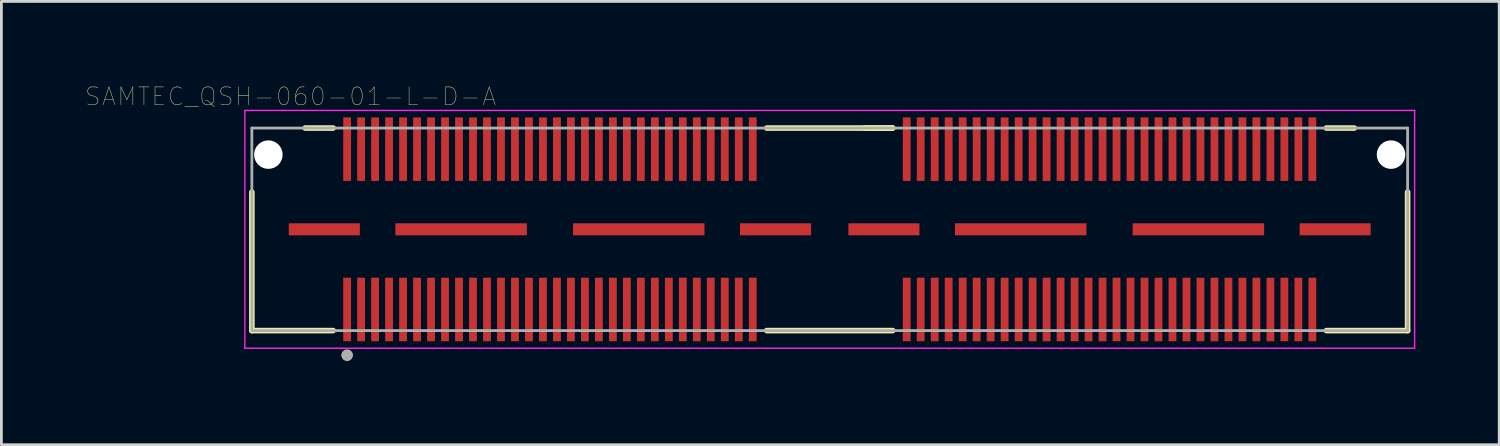
<source format=kicad_pcb>
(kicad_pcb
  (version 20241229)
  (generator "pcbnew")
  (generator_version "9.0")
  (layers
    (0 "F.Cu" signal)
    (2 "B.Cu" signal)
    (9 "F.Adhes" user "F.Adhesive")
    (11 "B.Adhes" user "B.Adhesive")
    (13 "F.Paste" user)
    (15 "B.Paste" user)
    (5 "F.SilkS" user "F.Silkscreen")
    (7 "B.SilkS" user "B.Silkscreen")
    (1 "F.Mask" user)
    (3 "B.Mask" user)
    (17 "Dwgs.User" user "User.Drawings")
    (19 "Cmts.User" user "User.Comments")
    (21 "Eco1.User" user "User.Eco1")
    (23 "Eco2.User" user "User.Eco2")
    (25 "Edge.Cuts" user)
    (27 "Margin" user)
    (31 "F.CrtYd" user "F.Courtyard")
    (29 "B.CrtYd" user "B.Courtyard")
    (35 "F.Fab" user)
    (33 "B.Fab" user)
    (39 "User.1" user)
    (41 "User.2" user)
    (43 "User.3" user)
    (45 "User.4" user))
  (footprint "SAMTEC_QSH-060-01-L-D-A"
    (layer "F.Cu")
    (at 26.61 5.147)
    (property "Reference" "SAMTEC_QSH-060-01-L-D-A" (at -19.273 -4.746 0) (layer "F.SilkS") (effects (font (size 0.64 0.64) (thickness 0.015))))
    (attr through_hole)
    (fp_line (start -20.657 -1.33) (end -20.657 3.62) (stroke (width 0.2) (type solid)) (layer "F.SilkS"))
    (fp_line (start -20.657 3.62) (end -17.752 3.62) (stroke (width 0.2) (type solid)) (layer "F.SilkS"))
    (fp_line (start -17.752 -3.62) (end -18.752 -3.62) (stroke (width 0.2) (type solid)) (layer "F.SilkS"))
    (fp_line (start -2.252 3.62) (end 2.252 3.62) (stroke (width 0.2) (type solid)) (layer "F.SilkS"))
    (fp_line (start 2.252 -3.62) (end -2.252 -3.62) (stroke (width 0.2) (type solid)) (layer "F.SilkS"))
    (fp_line (start 2.252 -3.62) (end 1.252 -3.62) (stroke (width 0.2) (type solid)) (layer "F.SilkS"))
    (fp_line (start 17.752 3.62) (end 20.657 3.62) (stroke (width 0.2) (type solid)) (layer "F.SilkS"))
    (fp_line (start 18.752 -3.62) (end 17.752 -3.62) (stroke (width 0.2) (type solid)) (layer "F.SilkS"))
    (fp_line (start 20.657 3.62) (end 20.657 -1.33) (stroke (width 0.2) (type solid)) (layer "F.SilkS"))
    (fp_circle (center -17.252 4.5) (end -17.151 4.5) (stroke (width 0.2) (type solid)) (fill no) (layer "F.SilkS"))
    (fp_line (start -20.907 -4.25) (end 20.907 -4.25) (stroke (width 0.05) (type solid)) (layer "F.CrtYd"))
    (fp_line (start -20.907 4.25) (end -20.907 -4.25) (stroke (width 0.05) (type solid)) (layer "F.CrtYd"))
    (fp_line (start 20.907 -4.25) (end 20.907 4.25) (stroke (width 0.05) (type solid)) (layer "F.CrtYd"))
    (fp_line (start 20.907 4.25) (end -20.907 4.25) (stroke (width 0.05) (type solid)) (layer "F.CrtYd"))
    (fp_line (start -20.657 -3.62) (end -20.657 3.62) (stroke (width 0.1) (type solid)) (layer "F.Fab"))
    (fp_line (start -20.657 3.62) (end 20.657 3.62) (stroke (width 0.1) (type solid)) (layer "F.Fab"))
    (fp_line (start 20.657 -3.62) (end -20.657 -3.62) (stroke (width 0.1) (type solid)) (layer "F.Fab"))
    (fp_line (start 20.657 3.62) (end 20.657 -3.62) (stroke (width 0.1) (type solid)) (layer "F.Fab"))
    (fp_circle (center -17.252 4.5) (end -17.151 4.5) (stroke (width 0.2) (type solid)) (fill no) (layer "F.Fab"))
    (pad "" np_thru_hole circle (at -20.067 -2.67) (size 1.02 1.02) (drill 1.02) (layers "*.Cu" "*.Mask"))
    (pad "" np_thru_hole circle (at 20.064 -2.67) (size 1.02 1.02) (drill 1.02) (layers "*.Cu" "*.Mask"))
    (pad "1" smd rect (at -17.252 2.865) (size 0.279 2.27) (layers "F.Cu" "F.Mask" "F.Paste"))
    (pad "2" smd rect (at -17.252 -2.865) (size 0.279 2.27) (layers "F.Cu" "F.Mask" "F.Paste"))
    (pad "3" smd rect (at -16.752 2.865) (size 0.279 2.27) (layers "F.Cu" "F.Mask" "F.Paste"))
    (pad "4" smd rect (at -16.752 -2.865) (size 0.279 2.27) (layers "F.Cu" "F.Mask" "F.Paste"))
    (pad "5" smd rect (at -16.252 2.865) (size 0.279 2.27) (layers "F.Cu" "F.Mask" "F.Paste"))
    (pad "6" smd rect (at -16.252 -2.865) (size 0.279 2.27) (layers "F.Cu" "F.Mask" "F.Paste"))
    (pad "7" smd rect (at -15.752 2.865) (size 0.279 2.27) (layers "F.Cu" "F.Mask" "F.Paste"))
    (pad "8" smd rect (at -15.752 -2.865) (size 0.279 2.27) (layers "F.Cu" "F.Mask" "F.Paste"))
    (pad "9" smd rect (at -15.252 2.865) (size 0.279 2.27) (layers "F.Cu" "F.Mask" "F.Paste"))
    (pad "10" smd rect (at -15.252 -2.865) (size 0.279 2.27) (layers "F.Cu" "F.Mask" "F.Paste"))
    (pad "11" smd rect (at -14.752 2.865) (size 0.279 2.27) (layers "F.Cu" "F.Mask" "F.Paste"))
    (pad "12" smd rect (at -14.752 -2.865) (size 0.279 2.27) (layers "F.Cu" "F.Mask" "F.Paste"))
    (pad "13" smd rect (at -14.252 2.865) (size 0.279 2.27) (layers "F.Cu" "F.Mask" "F.Paste"))
    (pad "14" smd rect (at -14.252 -2.865) (size 0.279 2.27) (layers "F.Cu" "F.Mask" "F.Paste"))
    (pad "15" smd rect (at -13.752 2.865) (size 0.279 2.27) (layers "F.Cu" "F.Mask" "F.Paste"))
    (pad "16" smd rect (at -13.752 -2.865) (size 0.279 2.27) (layers "F.Cu" "F.Mask" "F.Paste"))
    (pad "17" smd rect (at -13.252 2.865) (size 0.279 2.27) (layers "F.Cu" "F.Mask" "F.Paste"))
    (pad "18" smd rect (at -13.252 -2.865) (size 0.279 2.27) (layers "F.Cu" "F.Mask" "F.Paste"))
    (pad "19" smd rect (at -12.752 2.865) (size 0.279 2.27) (layers "F.Cu" "F.Mask" "F.Paste"))
    (pad "20" smd rect (at -12.752 -2.865) (size 0.279 2.27) (layers "F.Cu" "F.Mask" "F.Paste"))
    (pad "21" smd rect (at -12.252 2.865) (size 0.279 2.27) (layers "F.Cu" "F.Mask" "F.Paste"))
    (pad "22" smd rect (at -12.252 -2.865) (size 0.279 2.27) (layers "F.Cu" "F.Mask" "F.Paste"))
    (pad "23" smd rect (at -11.752 2.865) (size 0.279 2.27) (layers "F.Cu" "F.Mask" "F.Paste"))
    (pad "24" smd rect (at -11.752 -2.865) (size 0.279 2.27) (layers "F.Cu" "F.Mask" "F.Paste"))
    (pad "25" smd rect (at -11.252 2.865) (size 0.279 2.27) (layers "F.Cu" "F.Mask" "F.Paste"))
    (pad "26" smd rect (at -11.252 -2.865) (size 0.279 2.27) (layers "F.Cu" "F.Mask" "F.Paste"))
    (pad "27" smd rect (at -10.752 2.865) (size 0.279 2.27) (layers "F.Cu" "F.Mask" "F.Paste"))
    (pad "28" smd rect (at -10.752 -2.865) (size 0.279 2.27) (layers "F.Cu" "F.Mask" "F.Paste"))
    (pad "29" smd rect (at -10.252 2.865) (size 0.279 2.27) (layers "F.Cu" "F.Mask" "F.Paste"))
    (pad "30" smd rect (at -10.252 -2.865) (size 0.279 2.27) (layers "F.Cu" "F.Mask" "F.Paste"))
    (pad "31" smd rect (at -9.752 2.865) (size 0.279 2.27) (layers "F.Cu" "F.Mask" "F.Paste"))
    (pad "32" smd rect (at -9.752 -2.865) (size 0.279 2.27) (layers "F.Cu" "F.Mask" "F.Paste"))
    (pad "33" smd rect (at -9.252 2.865) (size 0.279 2.27) (layers "F.Cu" "F.Mask" "F.Paste"))
    (pad "34" smd rect (at -9.252 -2.865) (size 0.279 2.27) (layers "F.Cu" "F.Mask" "F.Paste"))
    (pad "35" smd rect (at -8.752 2.865) (size 0.279 2.27) (layers "F.Cu" "F.Mask" "F.Paste"))
    (pad "36" smd rect (at -8.752 -2.865) (size 0.279 2.27) (layers "F.Cu" "F.Mask" "F.Paste"))
    (pad "37" smd rect (at -8.252 2.865) (size 0.279 2.27) (layers "F.Cu" "F.Mask" "F.Paste"))
    (pad "38" smd rect (at -8.252 -2.865) (size 0.279 2.27) (layers "F.Cu" "F.Mask" "F.Paste"))
    (pad "39" smd rect (at -7.752 2.865) (size 0.279 2.27) (layers "F.Cu" "F.Mask" "F.Paste"))
    (pad "40" smd rect (at -7.752 -2.865) (size 0.279 2.27) (layers "F.Cu" "F.Mask" "F.Paste"))
    (pad "41" smd rect (at -7.252 2.865) (size 0.279 2.27) (layers "F.Cu" "F.Mask" "F.Paste"))
    (pad "42" smd rect (at -7.252 -2.865) (size 0.279 2.27) (layers "F.Cu" "F.Mask" "F.Paste"))
    (pad "43" smd rect (at -6.752 2.865) (size 0.279 2.27) (layers "F.Cu" "F.Mask" "F.Paste"))
    (pad "44" smd rect (at -6.752 -2.865) (size 0.279 2.27) (layers "F.Cu" "F.Mask" "F.Paste"))
    (pad "45" smd rect (at -6.252 2.865) (size 0.279 2.27) (layers "F.Cu" "F.Mask" "F.Paste"))
    (pad "46" smd rect (at -6.252 -2.865) (size 0.279 2.27) (layers "F.Cu" "F.Mask" "F.Paste"))
    (pad "47" smd rect (at -5.752 2.865) (size 0.279 2.27) (layers "F.Cu" "F.Mask" "F.Paste"))
    (pad "48" smd rect (at -5.752 -2.865) (size 0.279 2.27) (layers "F.Cu" "F.Mask" "F.Paste"))
    (pad "49" smd rect (at -5.252 2.865) (size 0.279 2.27) (layers "F.Cu" "F.Mask" "F.Paste"))
    (pad "50" smd rect (at -5.252 -2.865) (size 0.279 2.27) (layers "F.Cu" "F.Mask" "F.Paste"))
    (pad "51" smd rect (at -4.752 2.865) (size 0.279 2.27) (layers "F.Cu" "F.Mask" "F.Paste"))
    (pad "52" smd rect (at -4.752 -2.865) (size 0.279 2.27) (layers "F.Cu" "F.Mask" "F.Paste"))
    (pad "53" smd rect (at -4.252 2.865) (size 0.279 2.27) (layers "F.Cu" "F.Mask" "F.Paste"))
    (pad "54" smd rect (at -4.252 -2.865) (size 0.279 2.27) (layers "F.Cu" "F.Mask" "F.Paste"))
    (pad "55" smd rect (at -3.752 2.865) (size 0.279 2.27) (layers "F.Cu" "F.Mask" "F.Paste"))
    (pad "56" smd rect (at -3.752 -2.865) (size 0.279 2.27) (layers "F.Cu" "F.Mask" "F.Paste"))
    (pad "57" smd rect (at -3.252 2.865) (size 0.279 2.27) (layers "F.Cu" "F.Mask" "F.Paste"))
    (pad "58" smd rect (at -3.252 -2.865) (size 0.279 2.27) (layers "F.Cu" "F.Mask" "F.Paste"))
    (pad "59" smd rect (at -2.752 2.865) (size 0.279 2.27) (layers "F.Cu" "F.Mask" "F.Paste"))
    (pad "60" smd rect (at -2.752 -2.865) (size 0.279 2.27) (layers "F.Cu" "F.Mask" "F.Paste"))
    (pad "61" smd rect (at 2.752 2.865) (size 0.279 2.27) (layers "F.Cu" "F.Mask" "F.Paste"))
    (pad "62" smd rect (at 2.752 -2.865) (size 0.279 2.27) (layers "F.Cu" "F.Mask" "F.Paste"))
    (pad "63" smd rect (at 3.252 2.865) (size 0.279 2.27) (layers "F.Cu" "F.Mask" "F.Paste"))
    (pad "64" smd rect (at 3.252 -2.865) (size 0.279 2.27) (layers "F.Cu" "F.Mask" "F.Paste"))
    (pad "65" smd rect (at 3.752 2.865) (size 0.279 2.27) (layers "F.Cu" "F.Mask" "F.Paste"))
    (pad "66" smd rect (at 3.752 -2.865) (size 0.279 2.27) (layers "F.Cu" "F.Mask" "F.Paste"))
    (pad "67" smd rect (at 4.252 2.865) (size 0.279 2.27) (layers "F.Cu" "F.Mask" "F.Paste"))
    (pad "68" smd rect (at 4.252 -2.865) (size 0.279 2.27) (layers "F.Cu" "F.Mask" "F.Paste"))
    (pad "69" smd rect (at 4.752 2.865) (size 0.279 2.27) (layers "F.Cu" "F.Mask" "F.Paste"))
    (pad "70" smd rect (at 4.752 -2.865) (size 0.279 2.27) (layers "F.Cu" "F.Mask" "F.Paste"))
    (pad "71" smd rect (at 5.252 2.865) (size 0.279 2.27) (layers "F.Cu" "F.Mask" "F.Paste"))
    (pad "72" smd rect (at 5.252 -2.865) (size 0.279 2.27) (layers "F.Cu" "F.Mask" "F.Paste"))
    (pad "73" smd rect (at 5.752 2.865) (size 0.279 2.27) (layers "F.Cu" "F.Mask" "F.Paste"))
    (pad "74" smd rect (at 5.752 -2.865) (size 0.279 2.27) (layers "F.Cu" "F.Mask" "F.Paste"))
    (pad "75" smd rect (at 6.252 2.865) (size 0.279 2.27) (layers "F.Cu" "F.Mask" "F.Paste"))
    (pad "76" smd rect (at 6.252 -2.865) (size 0.279 2.27) (layers "F.Cu" "F.Mask" "F.Paste"))
    (pad "77" smd rect (at 6.752 2.865) (size 0.279 2.27) (layers "F.Cu" "F.Mask" "F.Paste"))
    (pad "78" smd rect (at 6.752 -2.865) (size 0.279 2.27) (layers "F.Cu" "F.Mask" "F.Paste"))
    (pad "79" smd rect (at 7.252 2.865) (size 0.279 2.27) (layers "F.Cu" "F.Mask" "F.Paste"))
    (pad "80" smd rect (at 7.252 -2.865) (size 0.279 2.27) (layers "F.Cu" "F.Mask" "F.Paste"))
    (pad "81" smd rect (at 7.752 2.865) (size 0.279 2.27) (layers "F.Cu" "F.Mask" "F.Paste"))
    (pad "82" smd rect (at 7.752 -2.865) (size 0.279 2.27) (layers "F.Cu" "F.Mask" "F.Paste"))
    (pad "83" smd rect (at 8.252 2.865) (size 0.279 2.27) (layers "F.Cu" "F.Mask" "F.Paste"))
    (pad "84" smd rect (at 8.252 -2.865) (size 0.279 2.27) (layers "F.Cu" "F.Mask" "F.Paste"))
    (pad "85" smd rect (at 8.752 2.865) (size 0.279 2.27) (layers "F.Cu" "F.Mask" "F.Paste"))
    (pad "86" smd rect (at 8.752 -2.865) (size 0.279 2.27) (layers "F.Cu" "F.Mask" "F.Paste"))
    (pad "87" smd rect (at 9.252 2.865) (size 0.279 2.27) (layers "F.Cu" "F.Mask" "F.Paste"))
    (pad "88" smd rect (at 9.252 -2.865) (size 0.279 2.27) (layers "F.Cu" "F.Mask" "F.Paste"))
    (pad "89" smd rect (at 9.752 2.865) (size 0.279 2.27) (layers "F.Cu" "F.Mask" "F.Paste"))
    (pad "90" smd rect (at 9.752 -2.865) (size 0.279 2.27) (layers "F.Cu" "F.Mask" "F.Paste"))
    (pad "91" smd rect (at 10.252 2.865) (size 0.279 2.27) (layers "F.Cu" "F.Mask" "F.Paste"))
    (pad "92" smd rect (at 10.252 -2.865) (size 0.279 2.27) (layers "F.Cu" "F.Mask" "F.Paste"))
    (pad "93" smd rect (at 10.752 2.865) (size 0.279 2.27) (layers "F.Cu" "F.Mask" "F.Paste"))
    (pad "94" smd rect (at 10.752 -2.865) (size 0.279 2.27) (layers "F.Cu" "F.Mask" "F.Paste"))
    (pad "95" smd rect (at 11.252 2.865) (size 0.279 2.27) (layers "F.Cu" "F.Mask" "F.Paste"))
    (pad "96" smd rect (at 11.252 -2.865) (size 0.279 2.27) (layers "F.Cu" "F.Mask" "F.Paste"))
    (pad "97" smd rect (at 11.752 2.865) (size 0.279 2.27) (layers "F.Cu" "F.Mask" "F.Paste"))
    (pad "98" smd rect (at 11.752 -2.865) (size 0.279 2.27) (layers "F.Cu" "F.Mask" "F.Paste"))
    (pad "99" smd rect (at 12.252 2.865) (size 0.279 2.27) (layers "F.Cu" "F.Mask" "F.Paste"))
    (pad "100" smd rect (at 12.252 -2.865) (size 0.279 2.27) (layers "F.Cu" "F.Mask" "F.Paste"))
    (pad "101" smd rect (at 12.752 2.865) (size 0.279 2.27) (layers "F.Cu" "F.Mask" "F.Paste"))
    (pad "102" smd rect (at 12.752 -2.865) (size 0.279 2.27) (layers "F.Cu" "F.Mask" "F.Paste"))
    (pad "103" smd rect (at 13.252 2.865) (size 0.279 2.27) (layers "F.Cu" "F.Mask" "F.Paste"))
    (pad "104" smd rect (at 13.252 -2.865) (size 0.279 2.27) (layers "F.Cu" "F.Mask" "F.Paste"))
    (pad "105" smd rect (at 13.752 2.865) (size 0.279 2.27) (layers "F.Cu" "F.Mask" "F.Paste"))
    (pad "106" smd rect (at 13.752 -2.865) (size 0.279 2.27) (layers "F.Cu" "F.Mask" "F.Paste"))
    (pad "107" smd rect (at 14.252 2.865) (size 0.279 2.27) (layers "F.Cu" "F.Mask" "F.Paste"))
    (pad "108" smd rect (at 14.252 -2.865) (size 0.279 2.27) (layers "F.Cu" "F.Mask" "F.Paste"))
    (pad "109" smd rect (at 14.752 2.865) (size 0.279 2.27) (layers "F.Cu" "F.Mask" "F.Paste"))
    (pad "110" smd rect (at 14.752 -2.865) (size 0.279 2.27) (layers "F.Cu" "F.Mask" "F.Paste"))
    (pad "111" smd rect (at 15.252 2.865) (size 0.279 2.27) (layers "F.Cu" "F.Mask" "F.Paste"))
    (pad "112" smd rect (at 15.252 -2.865) (size 0.279 2.27) (layers "F.Cu" "F.Mask" "F.Paste"))
    (pad "113" smd rect (at 15.752 2.865) (size 0.279 2.27) (layers "F.Cu" "F.Mask" "F.Paste"))
    (pad "114" smd rect (at 15.752 -2.865) (size 0.279 2.27) (layers "F.Cu" "F.Mask" "F.Paste"))
    (pad "115" smd rect (at 16.252 2.865) (size 0.279 2.27) (layers "F.Cu" "F.Mask" "F.Paste"))
    (pad "116" smd rect (at 16.252 -2.865) (size 0.279 2.27) (layers "F.Cu" "F.Mask" "F.Paste"))
    (pad "117" smd rect (at 16.752 2.865) (size 0.279 2.27) (layers "F.Cu" "F.Mask" "F.Paste"))
    (pad "118" smd rect (at 16.752 -2.865) (size 0.279 2.27) (layers "F.Cu" "F.Mask" "F.Paste"))
    (pad "119" smd rect (at 17.252 2.865) (size 0.279 2.27) (layers "F.Cu" "F.Mask" "F.Paste"))
    (pad "120" smd rect (at 17.252 -2.865) (size 0.279 2.27) (layers "F.Cu" "F.Mask" "F.Paste"))
    (pad "G1" smd rect (at -18.067 0) (size 2.54 0.43) (layers "F.Cu" "F.Mask" "F.Paste"))
    (pad "G2" smd rect (at -13.177 0) (size 4.7 0.43) (layers "F.Cu" "F.Mask" "F.Paste"))
    (pad "G3" smd rect (at -6.827 0) (size 4.7 0.43) (layers "F.Cu" "F.Mask" "F.Paste"))
    (pad "G4" smd rect (at -1.937 0) (size 2.54 0.43) (layers "F.Cu" "F.Mask" "F.Paste"))
    (pad "G5" smd rect (at 1.937 0) (size 2.54 0.43) (layers "F.Cu" "F.Mask" "F.Paste"))
    (pad "G6" smd rect (at 6.827 0) (size 4.7 0.43) (layers "F.Cu" "F.Mask" "F.Paste"))
    (pad "G7" smd rect (at 13.177 0) (size 4.7 0.43) (layers "F.Cu" "F.Mask" "F.Paste"))
    (pad "G8" smd rect (at 18.067 0) (size 2.54 0.43) (layers "F.Cu" "F.Mask" "F.Paste")))
  (gr_rect
    (start -3 -3)
    (end 50.541 12.847)
    (stroke (width 0.1) (type default))
    (fill no)
    (layer "Edge.Cuts")))
</source>
